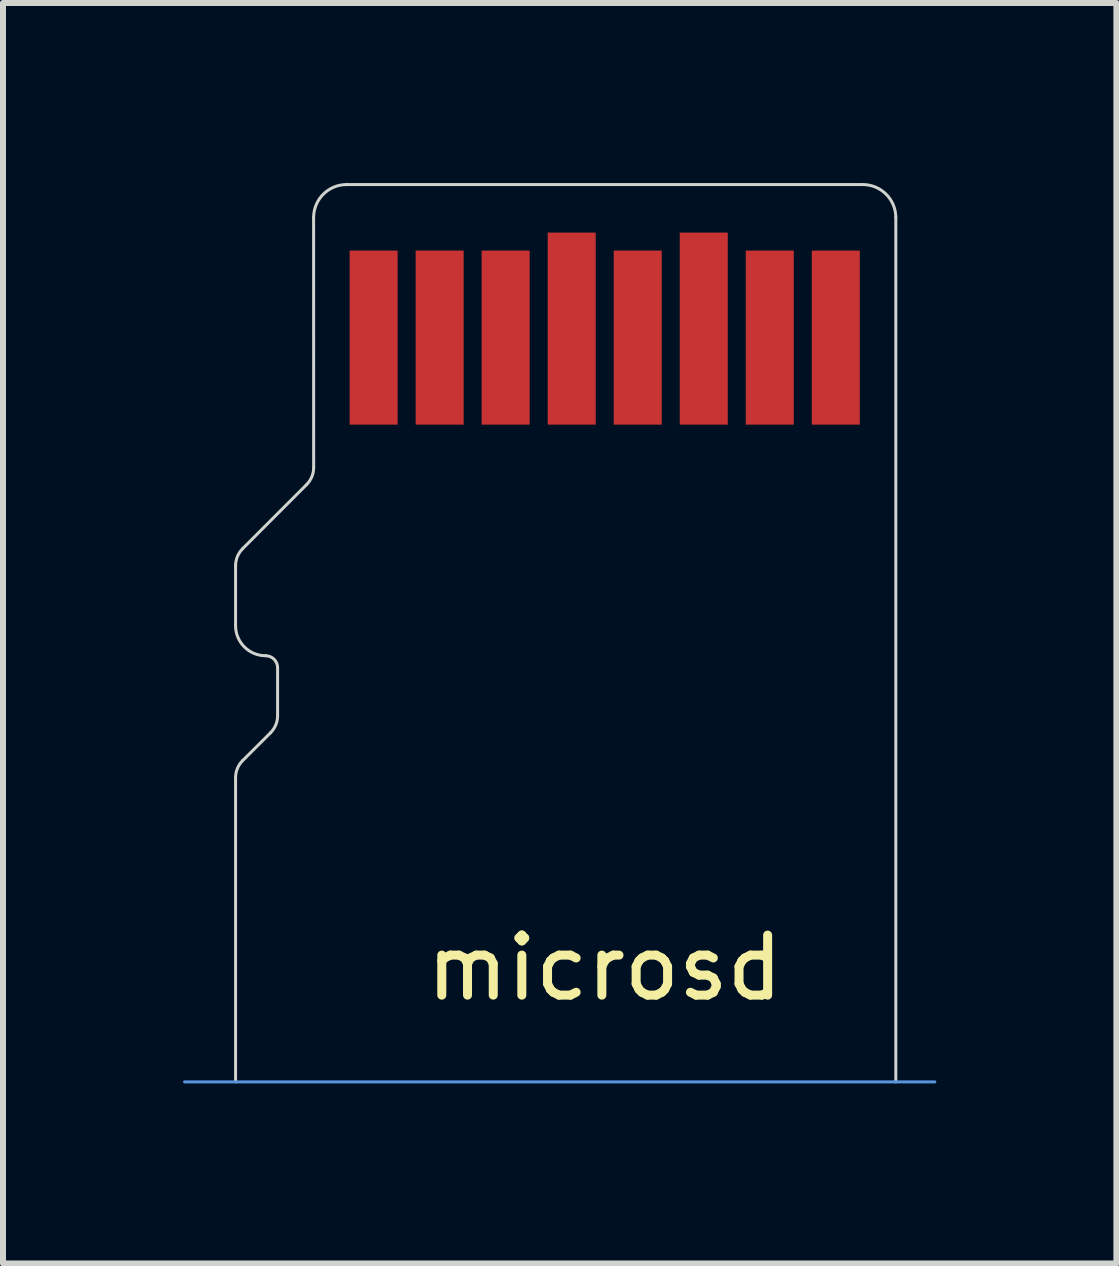
<source format=kicad_pcb>
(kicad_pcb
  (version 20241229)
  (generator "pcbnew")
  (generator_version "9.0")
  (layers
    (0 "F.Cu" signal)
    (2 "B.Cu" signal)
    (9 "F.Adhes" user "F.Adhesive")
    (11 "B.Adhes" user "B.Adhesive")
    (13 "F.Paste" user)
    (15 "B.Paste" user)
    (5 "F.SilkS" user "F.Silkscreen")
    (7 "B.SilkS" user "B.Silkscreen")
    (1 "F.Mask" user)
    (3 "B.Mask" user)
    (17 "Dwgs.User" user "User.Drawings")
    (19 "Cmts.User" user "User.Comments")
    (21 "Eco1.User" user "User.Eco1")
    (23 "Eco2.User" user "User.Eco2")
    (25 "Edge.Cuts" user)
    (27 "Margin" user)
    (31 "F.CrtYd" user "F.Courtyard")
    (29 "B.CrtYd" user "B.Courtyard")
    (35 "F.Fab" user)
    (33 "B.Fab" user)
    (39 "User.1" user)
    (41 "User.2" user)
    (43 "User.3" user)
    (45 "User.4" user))
  (footprint "microsd"
    (layer "F.Cu")
    (at 7.025 2.575)
    (property "Reference" "microsd" (at 0 10.5 0) (layer "F.SilkS") (effects (font (size 1 1) (thickness 0.15))))
    (attr through_hole)
    (fp_line (start -7 12.4) (end 5.5 12.4) (stroke (width 0.05) (type solid)) (layer "Cmts.User"))
    (fp_line (start -6.15 7.331) (end -6.15 12.4) (stroke (width 0.05) (type solid)) (layer "Edge.Cuts"))
    (fp_line (start -6.15 3.8) (end -6.15 4.8) (stroke (width 0.05) (type solid)) (layer "Edge.Cuts"))
    (fp_line (start -5.567 6.583) (end -6.033 7.048) (stroke (width 0.05) (type solid)) (layer "Edge.Cuts"))
    (fp_line (start -5.45 5.5) (end -5.45 6.3) (stroke (width 0.05) (type solid)) (layer "Edge.Cuts"))
    (fp_line (start -4.966 2.448) (end -6.033 3.517) (stroke (width 0.05) (type solid)) (layer "Edge.Cuts"))
    (fp_line (start -4.85 -2) (end -4.849 2.165) (stroke (width 0.05) (type solid)) (layer "Edge.Cuts"))
    (fp_line (start -4.3 -2.55) (end 4.3 -2.55) (stroke (width 0.05) (type solid)) (layer "Edge.Cuts"))
    (fp_line (start 4.85 -2) (end 4.85 12.4) (stroke (width 0.05) (type solid)) (layer "Edge.Cuts"))
    (fp_arc (start -6.150157 7.330843) (mid -6.119709 7.17777) (end -6.033 7.048) (stroke (width 0.05) (type solid)) (layer "Edge.Cuts"))
    (fp_arc (start -6.15 3.8) (mid -6.119552 3.646927) (end -6.032843 3.517157) (stroke (width 0.05) (type solid)) (layer "Edge.Cuts"))
    (fp_arc (start -5.65 5.3) (mid -6.003553 5.153553) (end -6.15 4.8) (stroke (width 0.05) (type solid)) (layer "Edge.Cuts"))
    (fp_arc (start -5.65 5.3) (mid -5.508579 5.358579) (end -5.45 5.5) (stroke (width 0.05) (type solid)) (layer "Edge.Cuts"))
    (fp_arc (start -5.45 6.3) (mid -5.480448 6.453073) (end -5.567157 6.582843) (stroke (width 0.05) (type solid)) (layer "Edge.Cuts"))
    (fp_arc (start -4.85 -2) (mid -4.688909 -2.388909) (end -4.3 -2.55) (stroke (width 0.05) (type solid)) (layer "Edge.Cuts"))
    (fp_arc (start -4.849 2.165) (mid -4.879448 2.318073) (end -4.966157 2.447843) (stroke (width 0.05) (type solid)) (layer "Edge.Cuts"))
    (fp_arc (start 4.3 -2.55) (mid 4.688909 -2.388909) (end 4.85 -2) (stroke (width 0.05) (type solid)) (layer "Edge.Cuts"))
    (pad "1" smd rect (at -3.85 0) (size 0.8 2.9) (layers "F.Cu" "F.Mask"))
    (pad "2" smd rect (at -2.75 0) (size 0.8 2.9) (layers "F.Cu" "F.Mask"))
    (pad "3" smd rect (at -1.65 0) (size 0.8 2.9) (layers "F.Cu" "F.Mask"))
    (pad "4" smd rect (at -0.55 -0.15) (size 0.8 3.2) (layers "F.Cu" "F.Mask"))
    (pad "5" smd rect (at 0.55 0) (size 0.8 2.9) (layers "F.Cu" "F.Mask"))
    (pad "6" smd rect (at 1.65 -0.15) (size 0.8 3.2) (layers "F.Cu" "F.Mask"))
    (pad "7" smd rect (at 2.75 0) (size 0.8 2.9) (layers "F.Cu" "F.Mask"))
    (pad "8" smd rect (at 3.85 0) (size 0.8 2.9) (layers "F.Cu" "F.Mask")))
  (gr_rect
    (start -3 -3)
    (end 15.55 18)
    (stroke (width 0.1) (type default))
    (fill no)
    (layer "Edge.Cuts")))
</source>
